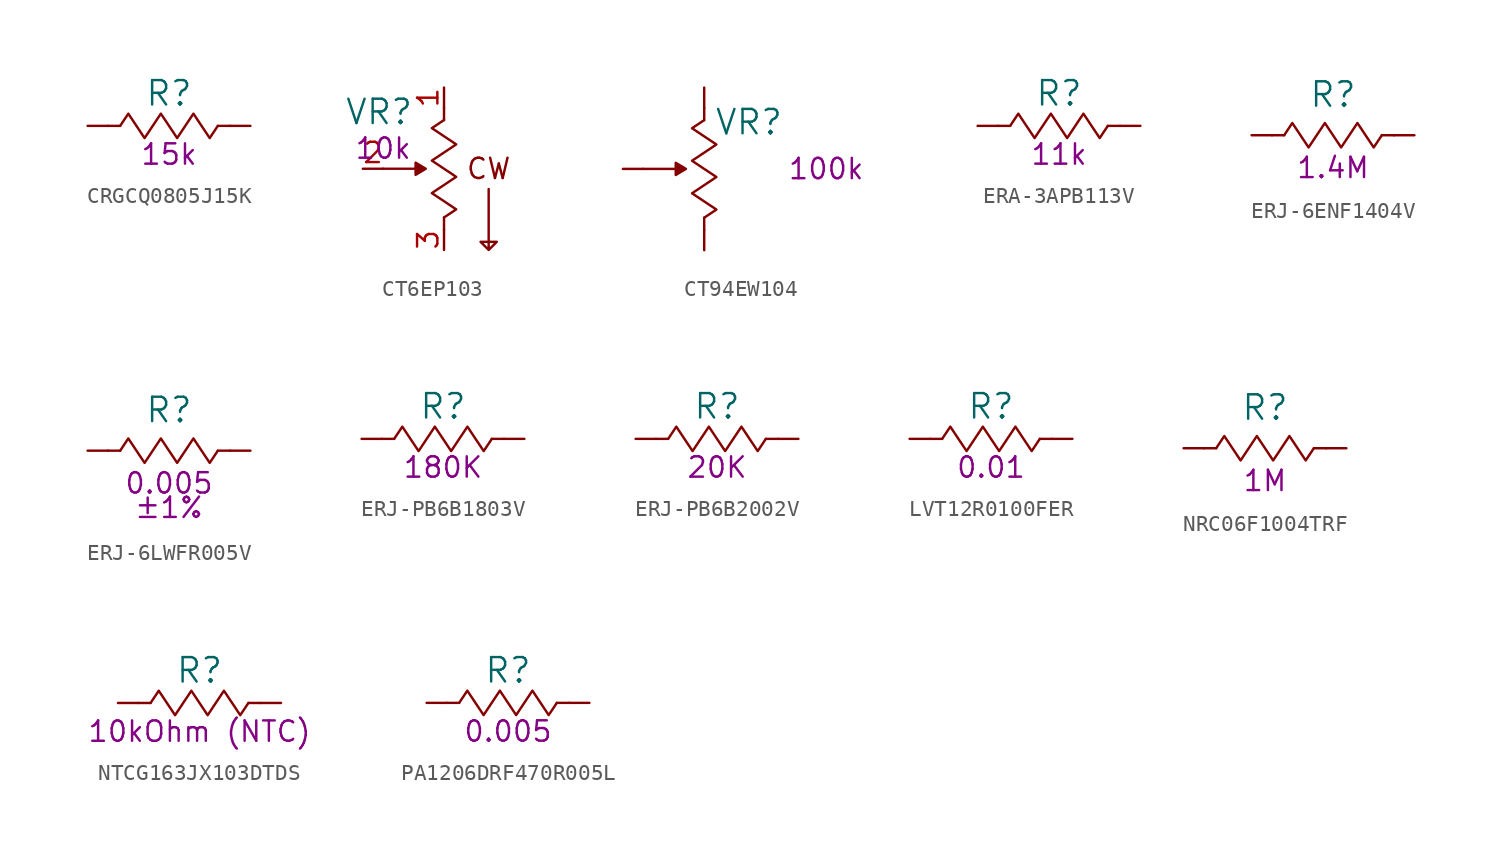
<source format=kicad_sym>
(kicad_symbol_lib
  (version 20231120)
  (generator "kicad_symbol_editor")
  (generator_version "8.0")
  (symbol "CRGCQ0805J15K"
    (pin_numbers hide)
    (pin_names
      (offset 0) hide)
    (property "Reference" "R"
      (at 0 2.032 0)
      (effects (font (size 1.524 1.524))))
    (property "Resistance (Ohms)" "15k"
      (at 0 -1.778 0)
      (effects (font (size 1.27 1.27))))
    (symbol "CRGCQ0805J15K_0_1"
      (rectangle (start -3.048 0) (end -3.81 0) (stroke (width 0) (type default)) (fill (type none)))
      (polyline (pts (xy -3.048 0) (xy -2.54 0.762) (xy -2.032 0) (xy -1.524 -0.762) (xy -1.016 0) (xy -0.508 0.762) (xy 0 0) (xy 0.508 -0.762) (xy 1.016 0) (xy 1.524 0.762) (xy 2.032 0) (xy 2.54 -0.762) (xy 3.048 0)) (stroke (width 0) (type default)) (fill (type none)))
      (rectangle (start 3.81 0) (end 3.048 0) (stroke (width 0) (type default)) (fill (type none))))
    (symbol "CRGCQ0805J15K_1_1"
      (pin passive line (at -5.08 0 0) (length 1.27) (name "1" (effects (font (size 1.27 1.27)))) (number "1" (effects (font (size 1.27 1.27)))))
      (pin passive line (at 5.08 0 180) (length 1.27) (name "2" (effects (font (size 1.27 1.27)))) (number "2" (effects (font (size 1.27 1.27)))))))
  (symbol "CT6EP103"
    (pin_names
      (offset 0) hide)
    (property "Reference" "VR"
      (at -4.064 3.556 0)
      (effects (font (size 1.524 1.524))))
    (property "Resistance (Ohms)" "10k"
      (at -3.81 1.27 0)
      (effects (font (size 1.27 1.27))))
    (symbol "CT6EP103_0_0"
      (polyline (pts (xy 2.794 -1.27) (xy 2.794 -5.08) (xy 2.286 -4.572) (xy 3.302 -4.572) (xy 2.794 -5.08)) (stroke (width 0) (type default)) (fill (type none)))
      (text "CW" (at 2.794 0 0) (effects (font (size 1.27 1.27)))))
    (symbol "CT6EP103_0_1"
      (rectangle (start 0 -3.048) (end 0 -3.81) (stroke (width 0) (type default)) (fill (type none)))
      (polyline (pts (xy -3.81 0) (xy -1.143 0) (xy -1.778 0.381) (xy -1.778 -0.381) (xy -1.143 0)) (stroke (width 0) (type default)) (fill (type outline)))
      (polyline (pts (xy 0 -3.048) (xy 0.762 -2.54) (xy 0 -2.032) (xy -0.762 -1.524) (xy 0 -1.016) (xy 0.762 -0.508) (xy 0 0) (xy -0.762 0.508) (xy 0 1.016) (xy 0.762 1.524) (xy 0 2.032) (xy -0.762 2.54) (xy 0 3.048)) (stroke (width 0) (type default)) (fill (type none)))
      (rectangle (start 0 3.81) (end 0 3.048) (stroke (width 0) (type default)) (fill (type none))))
    (symbol "CT6EP103_1_1"
      (pin passive line (at 0 5.08 270) (length 1.27) (name "1" (effects (font (size 1.27 1.27)))) (number "1" (effects (font (size 1.27 1.27)))))
      (pin passive line (at -5.08 0 0) (length 1.27) (name "2" (effects (font (size 1.27 1.27)))) (number "2" (effects (font (size 1.27 1.27)))))
      (pin passive line (at 0 -5.08 90) (length 1.27) (name "3" (effects (font (size 1.27 1.27)))) (number "3" (effects (font (size 1.27 1.27)))))))
  (symbol "CT94EW104"
    (pin_numbers hide)
    (pin_names
      (offset 0) hide)
    (property "Reference" "VR"
      (at 2.794 2.921 0)
      (effects (font (size 1.524 1.524))))
    (property "Resistance (Ohms)" "100k"
      (at 7.62 0 0)
      (effects (font (size 1.27 1.27))))
    (symbol "CT94EW104_0_1"
      (rectangle (start 0 -3.048) (end 0 -3.81) (stroke (width 0) (type default)) (fill (type none)))
      (polyline (pts (xy -3.81 0) (xy -1.143 0) (xy -1.778 0.381) (xy -1.778 -0.381) (xy -1.143 0)) (stroke (width 0) (type default)) (fill (type outline)))
      (polyline (pts (xy 0 -3.048) (xy 0.762 -2.54) (xy 0 -2.032) (xy -0.762 -1.524) (xy 0 -1.016) (xy 0.762 -0.508) (xy 0 0) (xy -0.762 0.508) (xy 0 1.016) (xy 0.762 1.524) (xy 0 2.032) (xy -0.762 2.54) (xy 0 3.048)) (stroke (width 0) (type default)) (fill (type none)))
      (rectangle (start 0 3.81) (end 0 3.048) (stroke (width 0) (type default)) (fill (type none))))
    (symbol "CT94EW104_1_1"
      (pin passive line (at 0 5.08 270) (length 1.27) (name "~" (effects (font (size 1.27 1.27)))) (number "1" (effects (font (size 1.27 1.27)))))
      (pin passive line (at -5.08 0 0) (length 1.27) (name "~" (effects (font (size 1.27 1.27)))) (number "2" (effects (font (size 1.27 1.27)))))
      (pin passive line (at 0 -5.08 90) (length 1.27) (name "~" (effects (font (size 1.27 1.27)))) (number "3" (effects (font (size 1.27 1.27)))))))
  (symbol "ERA-3APB113V"
    (pin_numbers hide)
    (pin_names
      (offset 0) hide)
    (property "Reference" "R"
      (at 0 2.032 0)
      (effects (font (size 1.524 1.524))))
    (property "Resistance (Ohms)" "11k"
      (at 0 -1.778 0)
      (effects (font (size 1.27 1.27))))
    (symbol "ERA-3APB113V_0_1"
      (rectangle (start -3.048 0) (end -3.81 0) (stroke (width 0) (type default)) (fill (type none)))
      (polyline (pts (xy -3.048 0) (xy -2.54 0.762) (xy -2.032 0) (xy -1.524 -0.762) (xy -1.016 0) (xy -0.508 0.762) (xy 0 0) (xy 0.508 -0.762) (xy 1.016 0) (xy 1.524 0.762) (xy 2.032 0) (xy 2.54 -0.762) (xy 3.048 0)) (stroke (width 0) (type default)) (fill (type none)))
      (rectangle (start 3.81 0) (end 3.048 0) (stroke (width 0) (type default)) (fill (type none))))
    (symbol "ERA-3APB113V_1_1"
      (pin passive line (at -5.08 0 0) (length 1.27) (name "1" (effects (font (size 1.27 1.27)))) (number "1" (effects (font (size 1.27 1.27)))))
      (pin passive line (at 5.08 0 180) (length 1.27) (name "2" (effects (font (size 1.27 1.27)))) (number "2" (effects (font (size 1.27 1.27)))))))
  (symbol "ERJ-6ENF1404V"
    (pin_numbers hide)
    (pin_names
      (offset 0) hide)
    (property "Reference" "R"
      (at 0 2.54 0)
      (effects (font (size 1.524 1.524))))
    (property "Resistance (Ohms)" "1.4M"
      (at 0 -2.032 0)
      (effects (font (size 1.27 1.27))))
    (symbol "ERJ-6ENF1404V_0_1"
      (rectangle (start -3.81 0) (end -3.048 0) (stroke (width 0) (type default)) (fill (type none)))
      (rectangle (start 3.81 0) (end 3.048 0) (stroke (width 0) (type default)) (fill (type none))))
    (symbol "ERJ-6ENF1404V_1_1"
      (polyline (pts (xy -3.048 0) (xy -2.54 0.762) (xy -2.032 0) (xy -1.524 -0.762) (xy -1.016 0) (xy -0.508 0.762) (xy 0 0) (xy 0.508 -0.762) (xy 1.016 0) (xy 1.524 0.762) (xy 2.032 0) (xy 2.54 -0.762) (xy 3.048 0)) (stroke (width 0) (type default)) (fill (type none)))
      (pin passive line (at -5.08 0 0) (length 1.27) (name "1" (effects (font (size 1.27 1.27)))) (number "1" (effects (font (size 1.27 1.27)))))
      (pin passive line (at 5.08 0 180) (length 1.27) (name "2" (effects (font (size 1.27 1.27)))) (number "2" (effects (font (size 1.27 1.27)))))))
  (symbol "ERJ-6LWFR005V"
    (pin_numbers hide)
    (pin_names
      (offset 0) hide)
    (property "Reference" "R"
      (at 0 2.54 0)
      (effects (font (size 1.524 1.524))))
    (property "Resistance (Ohms)" "0.005"
      (at 0 -2.032 0)
      (effects (font (size 1.27 1.27))))
    (property "Tolerance (%)" "±1%"
      (at 0 -3.556 0)
      (effects (font (size 1.27 1.27))))
    (symbol "ERJ-6LWFR005V_0_1"
      (rectangle (start -3.81 0) (end -3.048 0) (stroke (width 0) (type default)) (fill (type none)))
      (rectangle (start 3.81 0) (end 3.048 0) (stroke (width 0) (type default)) (fill (type none))))
    (symbol "ERJ-6LWFR005V_1_1"
      (polyline (pts (xy -3.048 0) (xy -2.54 0.762) (xy -2.032 0) (xy -1.524 -0.762) (xy -1.016 0) (xy -0.508 0.762) (xy 0 0) (xy 0.508 -0.762) (xy 1.016 0) (xy 1.524 0.762) (xy 2.032 0) (xy 2.54 -0.762) (xy 3.048 0)) (stroke (width 0) (type default)) (fill (type none)))
      (pin passive line (at -5.08 0 0) (length 1.27) (name "1" (effects (font (size 1.27 1.27)))) (number "1" (effects (font (size 1.27 1.27)))))
      (pin passive line (at 5.08 0 180) (length 1.27) (name "2" (effects (font (size 1.27 1.27)))) (number "2" (effects (font (size 1.27 1.27)))))))
  (symbol "ERJ-PB6B1803V"
    (pin_numbers hide)
    (pin_names
      (offset 0) hide)
    (property "Reference" "R"
      (at 0 2.032 0)
      (effects (font (size 1.524 1.524))))
    (property "Resistance (Ohms)" "180K"
      (at 0 -1.778 0)
      (effects (font (size 1.27 1.27))))
    (symbol "ERJ-PB6B1803V_0_1"
      (rectangle (start -3.048 0) (end -3.81 0) (stroke (width 0) (type default)) (fill (type none)))
      (polyline (pts (xy -3.048 0) (xy -2.54 0.762) (xy -2.032 0) (xy -1.524 -0.762) (xy -1.016 0) (xy -0.508 0.762) (xy 0 0) (xy 0.508 -0.762) (xy 1.016 0) (xy 1.524 0.762) (xy 2.032 0) (xy 2.54 -0.762) (xy 3.048 0)) (stroke (width 0) (type default)) (fill (type none)))
      (rectangle (start 3.81 0) (end 3.048 0) (stroke (width 0) (type default)) (fill (type none))))
    (symbol "ERJ-PB6B1803V_1_1"
      (pin passive line (at -5.08 0 0) (length 1.27) (name "1" (effects (font (size 1.27 1.27)))) (number "1" (effects (font (size 1.27 1.27)))))
      (pin passive line (at 5.08 0 180) (length 1.27) (name "2" (effects (font (size 1.27 1.27)))) (number "2" (effects (font (size 1.27 1.27)))))))
  (symbol "ERJ-PB6B2002V"
    (pin_numbers hide)
    (pin_names
      (offset 0) hide)
    (property "Reference" "R"
      (at 0 2.032 0)
      (effects (font (size 1.524 1.524))))
    (property "Resistance (Ohms)" "20K"
      (at 0 -1.778 0)
      (effects (font (size 1.27 1.27))))
    (symbol "ERJ-PB6B2002V_0_1"
      (rectangle (start -3.048 0) (end -3.81 0) (stroke (width 0) (type default)) (fill (type none)))
      (polyline (pts (xy -3.048 0) (xy -2.54 0.762) (xy -2.032 0) (xy -1.524 -0.762) (xy -1.016 0) (xy -0.508 0.762) (xy 0 0) (xy 0.508 -0.762) (xy 1.016 0) (xy 1.524 0.762) (xy 2.032 0) (xy 2.54 -0.762) (xy 3.048 0)) (stroke (width 0) (type default)) (fill (type none)))
      (rectangle (start 3.81 0) (end 3.048 0) (stroke (width 0) (type default)) (fill (type none))))
    (symbol "ERJ-PB6B2002V_1_1"
      (pin passive line (at -5.08 0 0) (length 1.27) (name "1" (effects (font (size 1.27 1.27)))) (number "1" (effects (font (size 1.27 1.27)))))
      (pin passive line (at 5.08 0 180) (length 1.27) (name "2" (effects (font (size 1.27 1.27)))) (number "2" (effects (font (size 1.27 1.27)))))))
  (symbol "LVT12R0100FER"
    (pin_numbers hide)
    (pin_names
      (offset 0) hide)
    (property "Reference" "R"
      (at 0 2.032 0)
      (effects (font (size 1.524 1.524))))
    (property "Resistance (Ohms)" "0.01"
      (at 0 -1.778 0)
      (effects (font (size 1.27 1.27))))
    (symbol "LVT12R0100FER_0_1"
      (rectangle (start -3.048 0) (end -3.81 0) (stroke (width 0) (type default)) (fill (type none)))
      (polyline (pts (xy -3.048 0) (xy -2.54 0.762) (xy -2.032 0) (xy -1.524 -0.762) (xy -1.016 0) (xy -0.508 0.762) (xy 0 0) (xy 0.508 -0.762) (xy 1.016 0) (xy 1.524 0.762) (xy 2.032 0) (xy 2.54 -0.762) (xy 3.048 0)) (stroke (width 0) (type default)) (fill (type none)))
      (rectangle (start 3.81 0) (end 3.048 0) (stroke (width 0) (type default)) (fill (type none))))
    (symbol "LVT12R0100FER_1_1"
      (pin passive line (at -5.08 0 0) (length 1.27) (name "1" (effects (font (size 1.27 1.27)))) (number "1" (effects (font (size 1.27 1.27)))))
      (pin passive line (at 5.08 0 180) (length 1.27) (name "2" (effects (font (size 1.27 1.27)))) (number "2" (effects (font (size 1.27 1.27)))))))
  (symbol "NRC06F1004TRF"
    (pin_numbers hide)
    (pin_names
      (offset 0) hide)
    (property "Reference" "R"
      (at 0 2.54 0)
      (effects (font (size 1.524 1.524))))
    (property "Resistance (Ohms)" "1M"
      (at 0 -2.032 0)
      (effects (font (size 1.27 1.27))))
    (symbol "NRC06F1004TRF_0_1"
      (rectangle (start -3.81 0) (end -3.048 0) (stroke (width 0) (type default)) (fill (type none)))
      (rectangle (start 3.81 0) (end 3.048 0) (stroke (width 0) (type default)) (fill (type none))))
    (symbol "NRC06F1004TRF_1_1"
      (polyline (pts (xy -3.048 0) (xy -2.54 0.762) (xy -2.032 0) (xy -1.524 -0.762) (xy -1.016 0) (xy -0.508 0.762) (xy 0 0) (xy 0.508 -0.762) (xy 1.016 0) (xy 1.524 0.762) (xy 2.032 0) (xy 2.54 -0.762) (xy 3.048 0)) (stroke (width 0) (type default)) (fill (type none)))
      (pin passive line (at -5.08 0 0) (length 1.27) (name "1" (effects (font (size 1.27 1.27)))) (number "1" (effects (font (size 1.27 1.27)))))
      (pin passive line (at 5.08 0 180) (length 1.27) (name "2" (effects (font (size 1.27 1.27)))) (number "2" (effects (font (size 1.27 1.27)))))))
  (symbol "NTCG163JX103DTDS"
    (pin_numbers hide)
    (pin_names
      (offset 0) hide)
    (property "Reference" "R"
      (at 0 2.032 0)
      (effects (font (size 1.524 1.524))))
    (property "Resistance (Ohms)" "10kOhm (NTC)"
      (at 0 -1.778 0)
      (effects (font (size 1.27 1.27))))
    (symbol "NTCG163JX103DTDS_0_1"
      (rectangle (start -3.048 0) (end -3.81 0) (stroke (width 0) (type default)) (fill (type none)))
      (polyline (pts (xy -3.048 0) (xy -2.54 0.762) (xy -2.032 0) (xy -1.524 -0.762) (xy -1.016 0) (xy -0.508 0.762) (xy 0 0) (xy 0.508 -0.762) (xy 1.016 0) (xy 1.524 0.762) (xy 2.032 0) (xy 2.54 -0.762) (xy 3.048 0)) (stroke (width 0) (type default)) (fill (type none)))
      (rectangle (start 3.81 0) (end 3.048 0) (stroke (width 0) (type default)) (fill (type none))))
    (symbol "NTCG163JX103DTDS_1_1"
      (pin passive line (at -5.08 0 0) (length 1.27) (name "1" (effects (font (size 1.27 1.27)))) (number "1" (effects (font (size 1.27 1.27)))))
      (pin passive line (at 5.08 0 180) (length 1.27) (name "2" (effects (font (size 1.27 1.27)))) (number "2" (effects (font (size 1.27 1.27)))))))
  (symbol "PA1206DRF470R005L"
    (pin_numbers hide)
    (pin_names
      (offset 0) hide)
    (property "Reference" "R"
      (at 0 2.032 0)
      (effects (font (size 1.524 1.524))))
    (property "Resistance (Ohms)" "0.005"
      (at 0 -1.778 0)
      (effects (font (size 1.27 1.27))))
    (symbol "PA1206DRF470R005L_0_1"
      (rectangle (start -3.048 0) (end -3.81 0) (stroke (width 0) (type default)) (fill (type none)))
      (polyline (pts (xy -3.048 0) (xy -2.54 0.762) (xy -2.032 0) (xy -1.524 -0.762) (xy -1.016 0) (xy -0.508 0.762) (xy 0 0) (xy 0.508 -0.762) (xy 1.016 0) (xy 1.524 0.762) (xy 2.032 0) (xy 2.54 -0.762) (xy 3.048 0)) (stroke (width 0) (type default)) (fill (type none)))
      (rectangle (start 3.81 0) (end 3.048 0) (stroke (width 0) (type default)) (fill (type none))))
    (symbol "PA1206DRF470R005L_1_1"
      (pin passive line (at -5.08 0 0) (length 1.27) (name "1" (effects (font (size 1.27 1.27)))) (number "1" (effects (font (size 1.27 1.27)))))
      (pin passive line (at 5.08 0 180) (length 1.27) (name "2" (effects (font (size 1.27 1.27)))) (number "2" (effects (font (size 1.27 1.27))))))))
</source>
